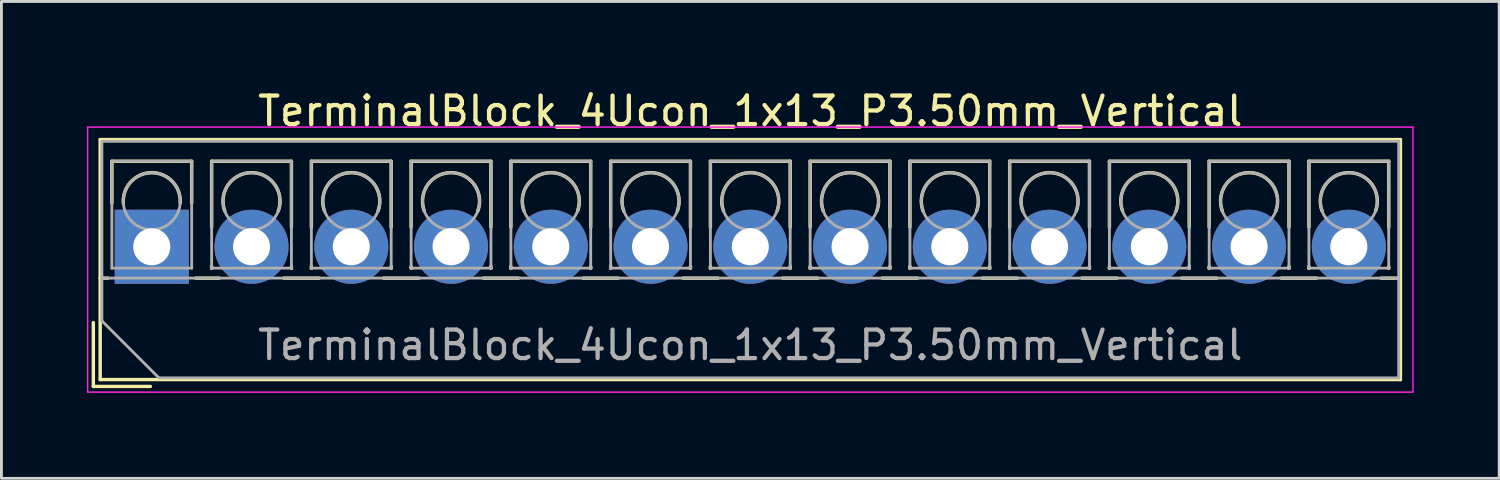
<source format=kicad_pcb>
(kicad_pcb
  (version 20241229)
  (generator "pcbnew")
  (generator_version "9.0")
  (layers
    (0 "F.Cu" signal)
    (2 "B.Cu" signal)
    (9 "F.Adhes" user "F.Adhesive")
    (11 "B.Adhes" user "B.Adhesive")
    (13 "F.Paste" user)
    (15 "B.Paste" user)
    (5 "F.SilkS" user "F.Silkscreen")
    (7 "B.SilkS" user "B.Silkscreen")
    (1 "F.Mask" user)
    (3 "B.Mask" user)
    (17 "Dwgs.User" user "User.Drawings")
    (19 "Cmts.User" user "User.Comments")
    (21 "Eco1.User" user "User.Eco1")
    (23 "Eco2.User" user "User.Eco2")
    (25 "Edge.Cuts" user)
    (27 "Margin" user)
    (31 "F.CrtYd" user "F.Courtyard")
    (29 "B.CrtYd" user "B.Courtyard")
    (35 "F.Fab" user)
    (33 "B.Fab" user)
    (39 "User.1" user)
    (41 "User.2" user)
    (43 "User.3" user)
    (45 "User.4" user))
  (footprint "TerminalBlock_4Ucon_1x13_P3.50mm_Vertical"
    (layer "F.Cu")
    (at 2.275 5.608)
    (property "Reference" "TerminalBlock_4Ucon_1x13_P3.50mm_Vertical" (at 21 -4.76 0) (layer "F.SilkS") (effects (font (size 1 1) (thickness 0.15))))
    (attr through_hole)
    (fp_line (start -2.05 2.66) (end -2.05 4.9) (stroke (width 0.12) (type solid)) (layer "F.SilkS"))
    (fp_line (start -2.05 4.9) (end -0.05 4.9) (stroke (width 0.12) (type solid)) (layer "F.SilkS"))
    (fp_line (start -1.81 -3.76) (end -1.81 4.66) (stroke (width 0.12) (type solid)) (layer "F.SilkS"))
    (fp_line (start -1.81 -3.76) (end 43.81 -3.76) (stroke (width 0.12) (type solid)) (layer "F.SilkS"))
    (fp_line (start -1.81 1.101) (end -1.54 1.101) (stroke (width 0.12) (type solid)) (layer "F.SilkS"))
    (fp_line (start -1.81 4.66) (end 43.81 4.66) (stroke (width 0.12) (type solid)) (layer "F.SilkS"))
    (fp_line (start -1.4 -3) (end -1.4 -1.54) (stroke (width 0.12) (type solid)) (layer "F.SilkS"))
    (fp_line (start -1.4 -3) (end 1.4 -3) (stroke (width 0.12) (type solid)) (layer "F.SilkS"))
    (fp_line (start 1.4 -3) (end 1.4 -1.54) (stroke (width 0.12) (type solid)) (layer "F.SilkS"))
    (fp_line (start 1.54 1.101) (end 2.367 1.101) (stroke (width 0.12) (type solid)) (layer "F.SilkS"))
    (fp_line (start 2.1 -3) (end 2.1 -0.689) (stroke (width 0.12) (type solid)) (layer "F.SilkS"))
    (fp_line (start 2.1 -3) (end 4.9 -3) (stroke (width 0.12) (type solid)) (layer "F.SilkS"))
    (fp_line (start 2.1 0.689) (end 2.1 0.75) (stroke (width 0.12) (type solid)) (layer "F.SilkS"))
    (fp_line (start 2.1 0.75) (end 2.101 0.75) (stroke (width 0.12) (type solid)) (layer "F.SilkS"))
    (fp_line (start 4.634 1.101) (end 5.867 1.101) (stroke (width 0.12) (type solid)) (layer "F.SilkS"))
    (fp_line (start 4.9 -3) (end 4.9 -0.689) (stroke (width 0.12) (type solid)) (layer "F.SilkS"))
    (fp_line (start 4.9 0.689) (end 4.9 0.75) (stroke (width 0.12) (type solid)) (layer "F.SilkS"))
    (fp_line (start 4.9 0.75) (end 4.9 0.75) (stroke (width 0.12) (type solid)) (layer "F.SilkS"))
    (fp_line (start 5.6 -3) (end 5.6 -0.689) (stroke (width 0.12) (type solid)) (layer "F.SilkS"))
    (fp_line (start 5.6 -3) (end 8.4 -3) (stroke (width 0.12) (type solid)) (layer "F.SilkS"))
    (fp_line (start 5.6 0.689) (end 5.6 0.75) (stroke (width 0.12) (type solid)) (layer "F.SilkS"))
    (fp_line (start 5.6 0.75) (end 5.601 0.75) (stroke (width 0.12) (type solid)) (layer "F.SilkS"))
    (fp_line (start 8.134 1.101) (end 9.367 1.101) (stroke (width 0.12) (type solid)) (layer "F.SilkS"))
    (fp_line (start 8.4 -3) (end 8.4 -0.689) (stroke (width 0.12) (type solid)) (layer "F.SilkS"))
    (fp_line (start 8.4 0.689) (end 8.4 0.75) (stroke (width 0.12) (type solid)) (layer "F.SilkS"))
    (fp_line (start 8.4 0.75) (end 8.4 0.75) (stroke (width 0.12) (type solid)) (layer "F.SilkS"))
    (fp_line (start 9.1 -3) (end 9.1 -0.689) (stroke (width 0.12) (type solid)) (layer "F.SilkS"))
    (fp_line (start 9.1 -3) (end 11.9 -3) (stroke (width 0.12) (type solid)) (layer "F.SilkS"))
    (fp_line (start 9.1 0.689) (end 9.1 0.75) (stroke (width 0.12) (type solid)) (layer "F.SilkS"))
    (fp_line (start 9.1 0.75) (end 9.101 0.75) (stroke (width 0.12) (type solid)) (layer "F.SilkS"))
    (fp_line (start 11.634 1.101) (end 12.867 1.101) (stroke (width 0.12) (type solid)) (layer "F.SilkS"))
    (fp_line (start 11.9 -3) (end 11.9 -0.689) (stroke (width 0.12) (type solid)) (layer "F.SilkS"))
    (fp_line (start 11.9 0.689) (end 11.9 0.75) (stroke (width 0.12) (type solid)) (layer "F.SilkS"))
    (fp_line (start 11.9 0.75) (end 11.9 0.75) (stroke (width 0.12) (type solid)) (layer "F.SilkS"))
    (fp_line (start 12.6 -3) (end 12.6 -0.689) (stroke (width 0.12) (type solid)) (layer "F.SilkS"))
    (fp_line (start 12.6 -3) (end 15.4 -3) (stroke (width 0.12) (type solid)) (layer "F.SilkS"))
    (fp_line (start 12.6 0.689) (end 12.6 0.75) (stroke (width 0.12) (type solid)) (layer "F.SilkS"))
    (fp_line (start 12.6 0.75) (end 12.601 0.75) (stroke (width 0.12) (type solid)) (layer "F.SilkS"))
    (fp_line (start 15.134 1.101) (end 16.367 1.101) (stroke (width 0.12) (type solid)) (layer "F.SilkS"))
    (fp_line (start 15.4 -3) (end 15.4 -0.689) (stroke (width 0.12) (type solid)) (layer "F.SilkS"))
    (fp_line (start 15.4 0.689) (end 15.4 0.75) (stroke (width 0.12) (type solid)) (layer "F.SilkS"))
    (fp_line (start 15.4 0.75) (end 15.4 0.75) (stroke (width 0.12) (type solid)) (layer "F.SilkS"))
    (fp_line (start 16.101 -3) (end 16.101 -0.689) (stroke (width 0.12) (type solid)) (layer "F.SilkS"))
    (fp_line (start 16.101 -3) (end 18.9 -3) (stroke (width 0.12) (type solid)) (layer "F.SilkS"))
    (fp_line (start 16.101 0.689) (end 16.101 0.75) (stroke (width 0.12) (type solid)) (layer "F.SilkS"))
    (fp_line (start 16.101 0.75) (end 16.101 0.75) (stroke (width 0.12) (type solid)) (layer "F.SilkS"))
    (fp_line (start 18.634 1.101) (end 19.867 1.101) (stroke (width 0.12) (type solid)) (layer "F.SilkS"))
    (fp_line (start 18.9 -3) (end 18.9 -0.689) (stroke (width 0.12) (type solid)) (layer "F.SilkS"))
    (fp_line (start 18.9 0.689) (end 18.9 0.75) (stroke (width 0.12) (type solid)) (layer "F.SilkS"))
    (fp_line (start 18.9 0.75) (end 18.9 0.75) (stroke (width 0.12) (type solid)) (layer "F.SilkS"))
    (fp_line (start 19.6 -3) (end 19.6 -0.689) (stroke (width 0.12) (type solid)) (layer "F.SilkS"))
    (fp_line (start 19.6 -3) (end 22.4 -3) (stroke (width 0.12) (type solid)) (layer "F.SilkS"))
    (fp_line (start 19.6 0.689) (end 19.6 0.75) (stroke (width 0.12) (type solid)) (layer "F.SilkS"))
    (fp_line (start 19.6 0.75) (end 19.601 0.75) (stroke (width 0.12) (type solid)) (layer "F.SilkS"))
    (fp_line (start 22.134 1.101) (end 23.367 1.101) (stroke (width 0.12) (type solid)) (layer "F.SilkS"))
    (fp_line (start 22.4 -3) (end 22.4 -0.689) (stroke (width 0.12) (type solid)) (layer "F.SilkS"))
    (fp_line (start 22.4 0.689) (end 22.4 0.75) (stroke (width 0.12) (type solid)) (layer "F.SilkS"))
    (fp_line (start 22.4 0.75) (end 22.4 0.75) (stroke (width 0.12) (type solid)) (layer "F.SilkS"))
    (fp_line (start 23.1 -3) (end 23.1 -0.689) (stroke (width 0.12) (type solid)) (layer "F.SilkS"))
    (fp_line (start 23.1 -3) (end 25.9 -3) (stroke (width 0.12) (type solid)) (layer "F.SilkS"))
    (fp_line (start 23.1 0.689) (end 23.1 0.75) (stroke (width 0.12) (type solid)) (layer "F.SilkS"))
    (fp_line (start 23.1 0.75) (end 23.101 0.75) (stroke (width 0.12) (type solid)) (layer "F.SilkS"))
    (fp_line (start 25.634 1.101) (end 26.867 1.101) (stroke (width 0.12) (type solid)) (layer "F.SilkS"))
    (fp_line (start 25.9 -3) (end 25.9 -0.689) (stroke (width 0.12) (type solid)) (layer "F.SilkS"))
    (fp_line (start 25.9 0.689) (end 25.9 0.75) (stroke (width 0.12) (type solid)) (layer "F.SilkS"))
    (fp_line (start 25.9 0.75) (end 25.9 0.75) (stroke (width 0.12) (type solid)) (layer "F.SilkS"))
    (fp_line (start 26.6 -3) (end 26.6 -0.689) (stroke (width 0.12) (type solid)) (layer "F.SilkS"))
    (fp_line (start 26.6 -3) (end 29.4 -3) (stroke (width 0.12) (type solid)) (layer "F.SilkS"))
    (fp_line (start 26.6 0.689) (end 26.6 0.75) (stroke (width 0.12) (type solid)) (layer "F.SilkS"))
    (fp_line (start 26.6 0.75) (end 26.601 0.75) (stroke (width 0.12) (type solid)) (layer "F.SilkS"))
    (fp_line (start 29.134 1.101) (end 30.367 1.101) (stroke (width 0.12) (type solid)) (layer "F.SilkS"))
    (fp_line (start 29.4 -3) (end 29.4 -0.689) (stroke (width 0.12) (type solid)) (layer "F.SilkS"))
    (fp_line (start 29.4 0.689) (end 29.4 0.75) (stroke (width 0.12) (type solid)) (layer "F.SilkS"))
    (fp_line (start 29.4 0.75) (end 29.4 0.75) (stroke (width 0.12) (type solid)) (layer "F.SilkS"))
    (fp_line (start 30.1 -3) (end 30.1 -0.689) (stroke (width 0.12) (type solid)) (layer "F.SilkS"))
    (fp_line (start 30.1 -3) (end 32.9 -3) (stroke (width 0.12) (type solid)) (layer "F.SilkS"))
    (fp_line (start 30.1 0.689) (end 30.1 0.75) (stroke (width 0.12) (type solid)) (layer "F.SilkS"))
    (fp_line (start 30.1 0.75) (end 30.101 0.75) (stroke (width 0.12) (type solid)) (layer "F.SilkS"))
    (fp_line (start 32.634 1.101) (end 33.867 1.101) (stroke (width 0.12) (type solid)) (layer "F.SilkS"))
    (fp_line (start 32.9 -3) (end 32.9 -0.689) (stroke (width 0.12) (type solid)) (layer "F.SilkS"))
    (fp_line (start 32.9 0.689) (end 32.9 0.75) (stroke (width 0.12) (type solid)) (layer "F.SilkS"))
    (fp_line (start 32.9 0.75) (end 32.9 0.75) (stroke (width 0.12) (type solid)) (layer "F.SilkS"))
    (fp_line (start 33.6 -3) (end 33.6 -0.689) (stroke (width 0.12) (type solid)) (layer "F.SilkS"))
    (fp_line (start 33.6 -3) (end 36.4 -3) (stroke (width 0.12) (type solid)) (layer "F.SilkS"))
    (fp_line (start 33.6 0.689) (end 33.6 0.75) (stroke (width 0.12) (type solid)) (layer "F.SilkS"))
    (fp_line (start 33.6 0.75) (end 33.601 0.75) (stroke (width 0.12) (type solid)) (layer "F.SilkS"))
    (fp_line (start 36.134 1.101) (end 37.367 1.101) (stroke (width 0.12) (type solid)) (layer "F.SilkS"))
    (fp_line (start 36.4 -3) (end 36.4 -0.689) (stroke (width 0.12) (type solid)) (layer "F.SilkS"))
    (fp_line (start 36.4 0.689) (end 36.4 0.75) (stroke (width 0.12) (type solid)) (layer "F.SilkS"))
    (fp_line (start 36.4 0.75) (end 36.4 0.75) (stroke (width 0.12) (type solid)) (layer "F.SilkS"))
    (fp_line (start 37.1 -3) (end 37.1 -0.689) (stroke (width 0.12) (type solid)) (layer "F.SilkS"))
    (fp_line (start 37.1 -3) (end 39.9 -3) (stroke (width 0.12) (type solid)) (layer "F.SilkS"))
    (fp_line (start 37.1 0.689) (end 37.1 0.75) (stroke (width 0.12) (type solid)) (layer "F.SilkS"))
    (fp_line (start 37.1 0.75) (end 37.101 0.75) (stroke (width 0.12) (type solid)) (layer "F.SilkS"))
    (fp_line (start 39.634 1.101) (end 40.867 1.101) (stroke (width 0.12) (type solid)) (layer "F.SilkS"))
    (fp_line (start 39.9 -3) (end 39.9 -0.689) (stroke (width 0.12) (type solid)) (layer "F.SilkS"))
    (fp_line (start 39.9 0.689) (end 39.9 0.75) (stroke (width 0.12) (type solid)) (layer "F.SilkS"))
    (fp_line (start 39.9 0.75) (end 39.9 0.75) (stroke (width 0.12) (type solid)) (layer "F.SilkS"))
    (fp_line (start 40.6 -3) (end 40.6 -0.689) (stroke (width 0.12) (type solid)) (layer "F.SilkS"))
    (fp_line (start 40.6 -3) (end 43.4 -3) (stroke (width 0.12) (type solid)) (layer "F.SilkS"))
    (fp_line (start 40.6 0.689) (end 40.6 0.75) (stroke (width 0.12) (type solid)) (layer "F.SilkS"))
    (fp_line (start 40.6 0.75) (end 40.601 0.75) (stroke (width 0.12) (type solid)) (layer "F.SilkS"))
    (fp_line (start 43.134 1.101) (end 43.81 1.101) (stroke (width 0.12) (type solid)) (layer "F.SilkS"))
    (fp_line (start 43.4 -3) (end 43.4 -0.689) (stroke (width 0.12) (type solid)) (layer "F.SilkS"))
    (fp_line (start 43.4 0.689) (end 43.4 0.75) (stroke (width 0.12) (type solid)) (layer "F.SilkS"))
    (fp_line (start 43.4 0.75) (end 43.4 0.75) (stroke (width 0.12) (type solid)) (layer "F.SilkS"))
    (fp_line (start 43.81 -3.76) (end 43.81 4.66) (stroke (width 0.12) (type solid)) (layer "F.SilkS"))
    (fp_arc (start -0.99789 -1.529434) (mid -0.000785 -2.600382) (end 0.998 -1.531) (stroke (width 0.12) (type solid)) (layer "F.SilkS"))
    (fp_arc (start 2.560085 -1.257767) (mid 3.499876 -2.600282) (end 4.44 -1.258) (stroke (width 0.12) (type solid)) (layer "F.SilkS"))
    (fp_arc (start 6.060085 -1.257767) (mid 6.999876 -2.600282) (end 7.94 -1.258) (stroke (width 0.12) (type solid)) (layer "F.SilkS"))
    (fp_arc (start 9.560085 -1.257767) (mid 10.499876 -2.600282) (end 11.44 -1.258) (stroke (width 0.12) (type solid)) (layer "F.SilkS"))
    (fp_arc (start 13.060085 -1.257767) (mid 13.999876 -2.600282) (end 14.94 -1.258) (stroke (width 0.12) (type solid)) (layer "F.SilkS"))
    (fp_arc (start 16.560085 -1.257767) (mid 17.499876 -2.600282) (end 18.44 -1.258) (stroke (width 0.12) (type solid)) (layer "F.SilkS"))
    (fp_arc (start 20.060085 -1.257767) (mid 20.999876 -2.600282) (end 21.94 -1.258) (stroke (width 0.12) (type solid)) (layer "F.SilkS"))
    (fp_arc (start 23.560085 -1.257767) (mid 24.499876 -2.600282) (end 25.44 -1.258) (stroke (width 0.12) (type solid)) (layer "F.SilkS"))
    (fp_arc (start 27.060085 -1.257767) (mid 27.999876 -2.600282) (end 28.94 -1.258) (stroke (width 0.12) (type solid)) (layer "F.SilkS"))
    (fp_arc (start 30.560085 -1.257767) (mid 31.499876 -2.600282) (end 32.44 -1.258) (stroke (width 0.12) (type solid)) (layer "F.SilkS"))
    (fp_arc (start 34.060085 -1.257767) (mid 34.999876 -2.600282) (end 35.94 -1.258) (stroke (width 0.12) (type solid)) (layer "F.SilkS"))
    (fp_arc (start 37.560085 -1.257767) (mid 38.499876 -2.600282) (end 39.44 -1.258) (stroke (width 0.12) (type solid)) (layer "F.SilkS"))
    (fp_arc (start 41.060085 -1.257767) (mid 41.999876 -2.600282) (end 42.94 -1.258) (stroke (width 0.12) (type solid)) (layer "F.SilkS"))
    (fp_line (start -2.25 -4.2) (end -2.25 5.1) (stroke (width 0.05) (type solid)) (layer "F.CrtYd"))
    (fp_line (start -2.25 5.1) (end 44.25 5.1) (stroke (width 0.05) (type solid)) (layer "F.CrtYd"))
    (fp_line (start 44.25 -4.2) (end -2.25 -4.2) (stroke (width 0.05) (type solid)) (layer "F.CrtYd"))
    (fp_line (start 44.25 5.1) (end 44.25 -4.2) (stroke (width 0.05) (type solid)) (layer "F.CrtYd"))
    (fp_line (start -1.75 -3.7) (end 43.75 -3.7) (stroke (width 0.1) (type solid)) (layer "F.Fab"))
    (fp_line (start -1.75 1.1) (end 43.75 1.1) (stroke (width 0.1) (type solid)) (layer "F.Fab"))
    (fp_line (start -1.75 2.6) (end -1.75 -3.7) (stroke (width 0.1) (type solid)) (layer "F.Fab"))
    (fp_line (start -1.4 -3) (end -1.4 0.75) (stroke (width 0.1) (type solid)) (layer "F.Fab"))
    (fp_line (start -1.4 0.75) (end 1.4 0.75) (stroke (width 0.1) (type solid)) (layer "F.Fab"))
    (fp_line (start 0.25 4.6) (end -1.75 2.6) (stroke (width 0.1) (type solid)) (layer "F.Fab"))
    (fp_line (start 1.4 -3) (end -1.4 -3) (stroke (width 0.1) (type solid)) (layer "F.Fab"))
    (fp_line (start 1.4 0.75) (end 1.4 -3) (stroke (width 0.1) (type solid)) (layer "F.Fab"))
    (fp_line (start 2.1 -3) (end 2.1 0.75) (stroke (width 0.1) (type solid)) (layer "F.Fab"))
    (fp_line (start 2.1 0.75) (end 4.9 0.75) (stroke (width 0.1) (type solid)) (layer "F.Fab"))
    (fp_line (start 4.9 -3) (end 2.1 -3) (stroke (width 0.1) (type solid)) (layer "F.Fab"))
    (fp_line (start 4.9 0.75) (end 4.9 -3) (stroke (width 0.1) (type solid)) (layer "F.Fab"))
    (fp_line (start 5.6 -3) (end 5.6 0.75) (stroke (width 0.1) (type solid)) (layer "F.Fab"))
    (fp_line (start 5.6 0.75) (end 8.4 0.75) (stroke (width 0.1) (type solid)) (layer "F.Fab"))
    (fp_line (start 8.4 -3) (end 5.6 -3) (stroke (width 0.1) (type solid)) (layer "F.Fab"))
    (fp_line (start 8.4 0.75) (end 8.4 -3) (stroke (width 0.1) (type solid)) (layer "F.Fab"))
    (fp_line (start 9.1 -3) (end 9.1 0.75) (stroke (width 0.1) (type solid)) (layer "F.Fab"))
    (fp_line (start 9.1 0.75) (end 11.9 0.75) (stroke (width 0.1) (type solid)) (layer "F.Fab"))
    (fp_line (start 11.9 -3) (end 9.1 -3) (stroke (width 0.1) (type solid)) (layer "F.Fab"))
    (fp_line (start 11.9 0.75) (end 11.9 -3) (stroke (width 0.1) (type solid)) (layer "F.Fab"))
    (fp_line (start 12.6 -3) (end 12.6 0.75) (stroke (width 0.1) (type solid)) (layer "F.Fab"))
    (fp_line (start 12.6 0.75) (end 15.4 0.75) (stroke (width 0.1) (type solid)) (layer "F.Fab"))
    (fp_line (start 15.4 -3) (end 12.6 -3) (stroke (width 0.1) (type solid)) (layer "F.Fab"))
    (fp_line (start 15.4 0.75) (end 15.4 -3) (stroke (width 0.1) (type solid)) (layer "F.Fab"))
    (fp_line (start 16.101 -3) (end 16.101 0.75) (stroke (width 0.1) (type solid)) (layer "F.Fab"))
    (fp_line (start 16.101 0.75) (end 18.9 0.75) (stroke (width 0.1) (type solid)) (layer "F.Fab"))
    (fp_line (start 18.9 -3) (end 16.101 -3) (stroke (width 0.1) (type solid)) (layer "F.Fab"))
    (fp_line (start 18.9 0.75) (end 18.9 -3) (stroke (width 0.1) (type solid)) (layer "F.Fab"))
    (fp_line (start 19.6 -3) (end 19.6 0.75) (stroke (width 0.1) (type solid)) (layer "F.Fab"))
    (fp_line (start 19.6 0.75) (end 22.4 0.75) (stroke (width 0.1) (type solid)) (layer "F.Fab"))
    (fp_line (start 22.4 -3) (end 19.6 -3) (stroke (width 0.1) (type solid)) (layer "F.Fab"))
    (fp_line (start 22.4 0.75) (end 22.4 -3) (stroke (width 0.1) (type solid)) (layer "F.Fab"))
    (fp_line (start 23.1 -3) (end 23.1 0.75) (stroke (width 0.1) (type solid)) (layer "F.Fab"))
    (fp_line (start 23.1 0.75) (end 25.9 0.75) (stroke (width 0.1) (type solid)) (layer "F.Fab"))
    (fp_line (start 25.9 -3) (end 23.1 -3) (stroke (width 0.1) (type solid)) (layer "F.Fab"))
    (fp_line (start 25.9 0.75) (end 25.9 -3) (stroke (width 0.1) (type solid)) (layer "F.Fab"))
    (fp_line (start 26.6 -3) (end 26.6 0.75) (stroke (width 0.1) (type solid)) (layer "F.Fab"))
    (fp_line (start 26.6 0.75) (end 29.4 0.75) (stroke (width 0.1) (type solid)) (layer "F.Fab"))
    (fp_line (start 29.4 -3) (end 26.6 -3) (stroke (width 0.1) (type solid)) (layer "F.Fab"))
    (fp_line (start 29.4 0.75) (end 29.4 -3) (stroke (width 0.1) (type solid)) (layer "F.Fab"))
    (fp_line (start 30.1 -3) (end 30.1 0.75) (stroke (width 0.1) (type solid)) (layer "F.Fab"))
    (fp_line (start 30.1 0.75) (end 32.9 0.75) (stroke (width 0.1) (type solid)) (layer "F.Fab"))
    (fp_line (start 32.9 -3) (end 30.1 -3) (stroke (width 0.1) (type solid)) (layer "F.Fab"))
    (fp_line (start 32.9 0.75) (end 32.9 -3) (stroke (width 0.1) (type solid)) (layer "F.Fab"))
    (fp_line (start 33.6 -3) (end 33.6 0.75) (stroke (width 0.1) (type solid)) (layer "F.Fab"))
    (fp_line (start 33.6 0.75) (end 36.4 0.75) (stroke (width 0.1) (type solid)) (layer "F.Fab"))
    (fp_line (start 36.4 -3) (end 33.6 -3) (stroke (width 0.1) (type solid)) (layer "F.Fab"))
    (fp_line (start 36.4 0.75) (end 36.4 -3) (stroke (width 0.1) (type solid)) (layer "F.Fab"))
    (fp_line (start 37.1 -3) (end 37.1 0.75) (stroke (width 0.1) (type solid)) (layer "F.Fab"))
    (fp_line (start 37.1 0.75) (end 39.9 0.75) (stroke (width 0.1) (type solid)) (layer "F.Fab"))
    (fp_line (start 39.9 -3) (end 37.1 -3) (stroke (width 0.1) (type solid)) (layer "F.Fab"))
    (fp_line (start 39.9 0.75) (end 39.9 -3) (stroke (width 0.1) (type solid)) (layer "F.Fab"))
    (fp_line (start 40.6 -3) (end 40.6 0.75) (stroke (width 0.1) (type solid)) (layer "F.Fab"))
    (fp_line (start 40.6 0.75) (end 43.4 0.75) (stroke (width 0.1) (type solid)) (layer "F.Fab"))
    (fp_line (start 43.4 -3) (end 40.6 -3) (stroke (width 0.1) (type solid)) (layer "F.Fab"))
    (fp_line (start 43.4 0.75) (end 43.4 -3) (stroke (width 0.1) (type solid)) (layer "F.Fab"))
    (fp_line (start 43.75 -3.7) (end 43.75 4.6) (stroke (width 0.1) (type solid)) (layer "F.Fab"))
    (fp_line (start 43.75 4.6) (end 0.25 4.6) (stroke (width 0.1) (type solid)) (layer "F.Fab"))
    (fp_circle (center 0 -1.6) (end 1 -1.6) (stroke (width 0.1) (type solid)) (fill no) (layer "F.Fab"))
    (fp_circle (center 3.5 -1.6) (end 4.5 -1.6) (stroke (width 0.1) (type solid)) (fill no) (layer "F.Fab"))
    (fp_circle (center 7 -1.6) (end 8 -1.6) (stroke (width 0.1) (type solid)) (fill no) (layer "F.Fab"))
    (fp_circle (center 10.5 -1.6) (end 11.5 -1.6) (stroke (width 0.1) (type solid)) (fill no) (layer "F.Fab"))
    (fp_circle (center 14 -1.6) (end 15 -1.6) (stroke (width 0.1) (type solid)) (fill no) (layer "F.Fab"))
    (fp_circle (center 17.5 -1.6) (end 18.5 -1.6) (stroke (width 0.1) (type solid)) (fill no) (layer "F.Fab"))
    (fp_circle (center 21 -1.6) (end 22 -1.6) (stroke (width 0.1) (type solid)) (fill no) (layer "F.Fab"))
    (fp_circle (center 24.5 -1.6) (end 25.5 -1.6) (stroke (width 0.1) (type solid)) (fill no) (layer "F.Fab"))
    (fp_circle (center 28 -1.6) (end 29 -1.6) (stroke (width 0.1) (type solid)) (fill no) (layer "F.Fab"))
    (fp_circle (center 31.5 -1.6) (end 32.5 -1.6) (stroke (width 0.1) (type solid)) (fill no) (layer "F.Fab"))
    (fp_circle (center 35 -1.6) (end 36 -1.6) (stroke (width 0.1) (type solid)) (fill no) (layer "F.Fab"))
    (fp_circle (center 38.5 -1.6) (end 39.5 -1.6) (stroke (width 0.1) (type solid)) (fill no) (layer "F.Fab"))
    (fp_circle (center 42 -1.6) (end 43 -1.6) (stroke (width 0.1) (type solid)) (fill no) (layer "F.Fab"))
    (fp_text user "${REFERENCE}" (at 21 3.45 0) (layer "F.Fab") (effects (font (size 1 1) (thickness 0.15))))
    (pad "1" thru_hole rect (at 0 0) (size 2.6 2.6) (drill 1.3) (layers "*.Cu" "*.Mask"))
    (pad "2" thru_hole circle (at 3.5 0) (size 2.6 2.6) (drill 1.3) (layers "*.Cu" "*.Mask"))
    (pad "3" thru_hole circle (at 7 0) (size 2.6 2.6) (drill 1.3) (layers "*.Cu" "*.Mask"))
    (pad "4" thru_hole circle (at 10.5 0) (size 2.6 2.6) (drill 1.3) (layers "*.Cu" "*.Mask"))
    (pad "5" thru_hole circle (at 14 0) (size 2.6 2.6) (drill 1.3) (layers "*.Cu" "*.Mask"))
    (pad "6" thru_hole circle (at 17.5 0) (size 2.6 2.6) (drill 1.3) (layers "*.Cu" "*.Mask"))
    (pad "7" thru_hole circle (at 21 0) (size 2.6 2.6) (drill 1.3) (layers "*.Cu" "*.Mask"))
    (pad "8" thru_hole circle (at 24.5 0) (size 2.6 2.6) (drill 1.3) (layers "*.Cu" "*.Mask"))
    (pad "9" thru_hole circle (at 28 0) (size 2.6 2.6) (drill 1.3) (layers "*.Cu" "*.Mask"))
    (pad "10" thru_hole circle (at 31.5 0) (size 2.6 2.6) (drill 1.3) (layers "*.Cu" "*.Mask"))
    (pad "11" thru_hole circle (at 35 0) (size 2.6 2.6) (drill 1.3) (layers "*.Cu" "*.Mask"))
    (pad "12" thru_hole circle (at 38.5 0) (size 2.6 2.6) (drill 1.3) (layers "*.Cu" "*.Mask"))
    (pad "13" thru_hole circle (at 42 0) (size 2.6 2.6) (drill 1.3) (layers "*.Cu" "*.Mask")))
  (gr_rect
    (start -3 -3)
    (end 49.55 13.733)
    (stroke (width 0.1) (type default))
    (fill no)
    (layer "Edge.Cuts")))
</source>
